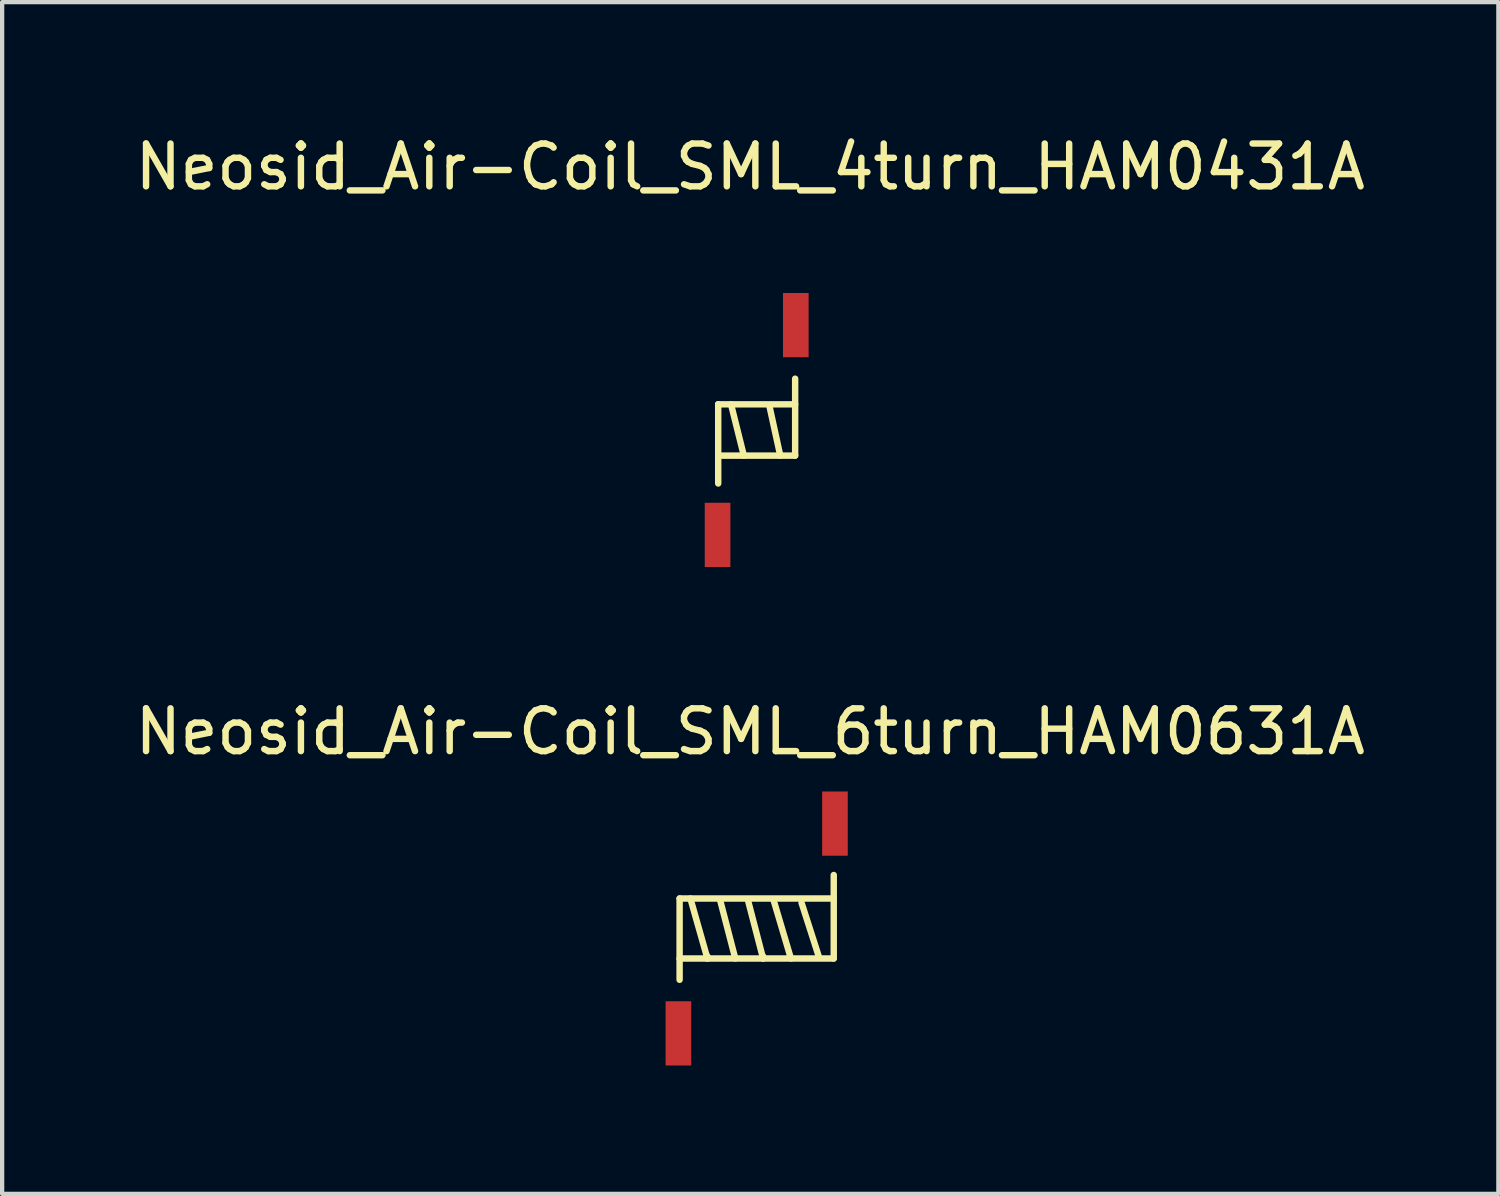
<source format=kicad_pcb>
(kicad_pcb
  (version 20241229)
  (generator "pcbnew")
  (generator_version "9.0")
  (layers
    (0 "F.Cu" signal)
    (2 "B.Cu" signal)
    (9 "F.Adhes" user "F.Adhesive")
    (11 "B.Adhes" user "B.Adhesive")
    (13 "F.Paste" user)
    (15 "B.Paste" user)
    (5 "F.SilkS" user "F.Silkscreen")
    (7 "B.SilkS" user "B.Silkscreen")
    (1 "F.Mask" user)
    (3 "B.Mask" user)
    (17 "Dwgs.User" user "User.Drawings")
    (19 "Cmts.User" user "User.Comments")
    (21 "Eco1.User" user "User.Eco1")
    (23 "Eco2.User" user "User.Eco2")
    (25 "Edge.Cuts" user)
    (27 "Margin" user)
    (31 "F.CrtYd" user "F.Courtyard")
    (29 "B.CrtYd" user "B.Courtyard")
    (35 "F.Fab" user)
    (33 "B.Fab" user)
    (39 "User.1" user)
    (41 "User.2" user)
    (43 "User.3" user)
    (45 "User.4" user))
  (footprint "Neosid_Air-Coil_SML_4turn_HAM0431A"
    (layer "F.Cu")
    (at 14.632 6.998)
    (property "Reference" "Neosid_Air-Coil_SML_4turn_HAM0431A" (at -0.15 -6.149 0) (layer "F.SilkS") (effects (font (size 1 1) (thickness 0.15))))
    (attr smd)
    (fp_line (start -0.899 -0.599) (end -0.899 -0.551) (stroke (width 0.15) (type solid)) (layer "F.SilkS"))
    (fp_line (start -0.899 -0.599) (end 0.899 -0.599) (stroke (width 0.15) (type solid)) (layer "F.SilkS"))
    (fp_line (start -0.899 1.25) (end -0.899 -0.599) (stroke (width 0.15) (type solid)) (layer "F.SilkS"))
    (fp_line (start -0.599 -0.599) (end -0.3 0.599) (stroke (width 0.15) (type solid)) (layer "F.SilkS"))
    (fp_line (start 0.3 -0.551) (end 0.551 0.599) (stroke (width 0.15) (type solid)) (layer "F.SilkS"))
    (fp_line (start 0.899 0.599) (end -0.851 0.599) (stroke (width 0.15) (type solid)) (layer "F.SilkS"))
    (fp_line (start 0.899 0.599) (end 0.899 -1.199) (stroke (width 0.15) (type solid)) (layer "F.SilkS"))
    (pad "1" smd rect (at -0.914 2.451) (size 0.599 1.501) (layers "F.Cu" "F.Mask" "F.Paste"))
    (pad "2" smd rect (at 0.914 -2.451) (size 0.599 1.501) (layers "F.Cu" "F.Mask" "F.Paste")))
  (footprint "Neosid_Air-Coil_SML_6turn_HAM0631A"
    (layer "F.Cu")
    (at 14.632 18.647)
    (property "Reference" "Neosid_Air-Coil_SML_6turn_HAM0631A" (at -0.15 -4.6 0) (layer "F.SilkS") (effects (font (size 1 1) (thickness 0.15))))
    (attr smd)
    (fp_line (start -1.801 -0.701) (end -1.801 0.701) (stroke (width 0.15) (type solid)) (layer "F.SilkS"))
    (fp_line (start -1.801 -0.701) (end 1.801 -0.701) (stroke (width 0.15) (type solid)) (layer "F.SilkS"))
    (fp_line (start -1.801 0.749) (end -1.801 1.199) (stroke (width 0.15) (type solid)) (layer "F.SilkS"))
    (fp_line (start -1.549 -0.701) (end -1.151 0.701) (stroke (width 0.15) (type solid)) (layer "F.SilkS"))
    (fp_line (start -1.151 0.701) (end -1.151 0.65) (stroke (width 0.15) (type solid)) (layer "F.SilkS"))
    (fp_line (start -0.851 -0.65) (end -0.5 0.701) (stroke (width 0.15) (type solid)) (layer "F.SilkS"))
    (fp_line (start -0.201 -0.65) (end 0.15 0.701) (stroke (width 0.15) (type solid)) (layer "F.SilkS"))
    (fp_line (start 0.15 0.701) (end 0.15 0.65) (stroke (width 0.15) (type solid)) (layer "F.SilkS"))
    (fp_line (start 0.399 -0.65) (end 0.8 0.701) (stroke (width 0.15) (type solid)) (layer "F.SilkS"))
    (fp_line (start 1.049 -0.599) (end 1.45 0.65) (stroke (width 0.15) (type solid)) (layer "F.SilkS"))
    (fp_line (start 1.801 0.701) (end -1.801 0.701) (stroke (width 0.15) (type solid)) (layer "F.SilkS"))
    (fp_line (start 1.801 0.701) (end 1.801 -1.25) (stroke (width 0.15) (type solid)) (layer "F.SilkS"))
    (pad "1" smd rect (at -1.829 2.451) (size 0.599 1.501) (layers "F.Cu" "F.Mask" "F.Paste"))
    (pad "2" smd rect (at 1.829 -2.451) (size 0.599 1.501) (layers "F.Cu" "F.Mask" "F.Paste")))
  (gr_rect
    (start -3 -3)
    (end 31.964 24.849)
    (stroke (width 0.1) (type default))
    (fill no)
    (layer "Edge.Cuts")))
</source>
